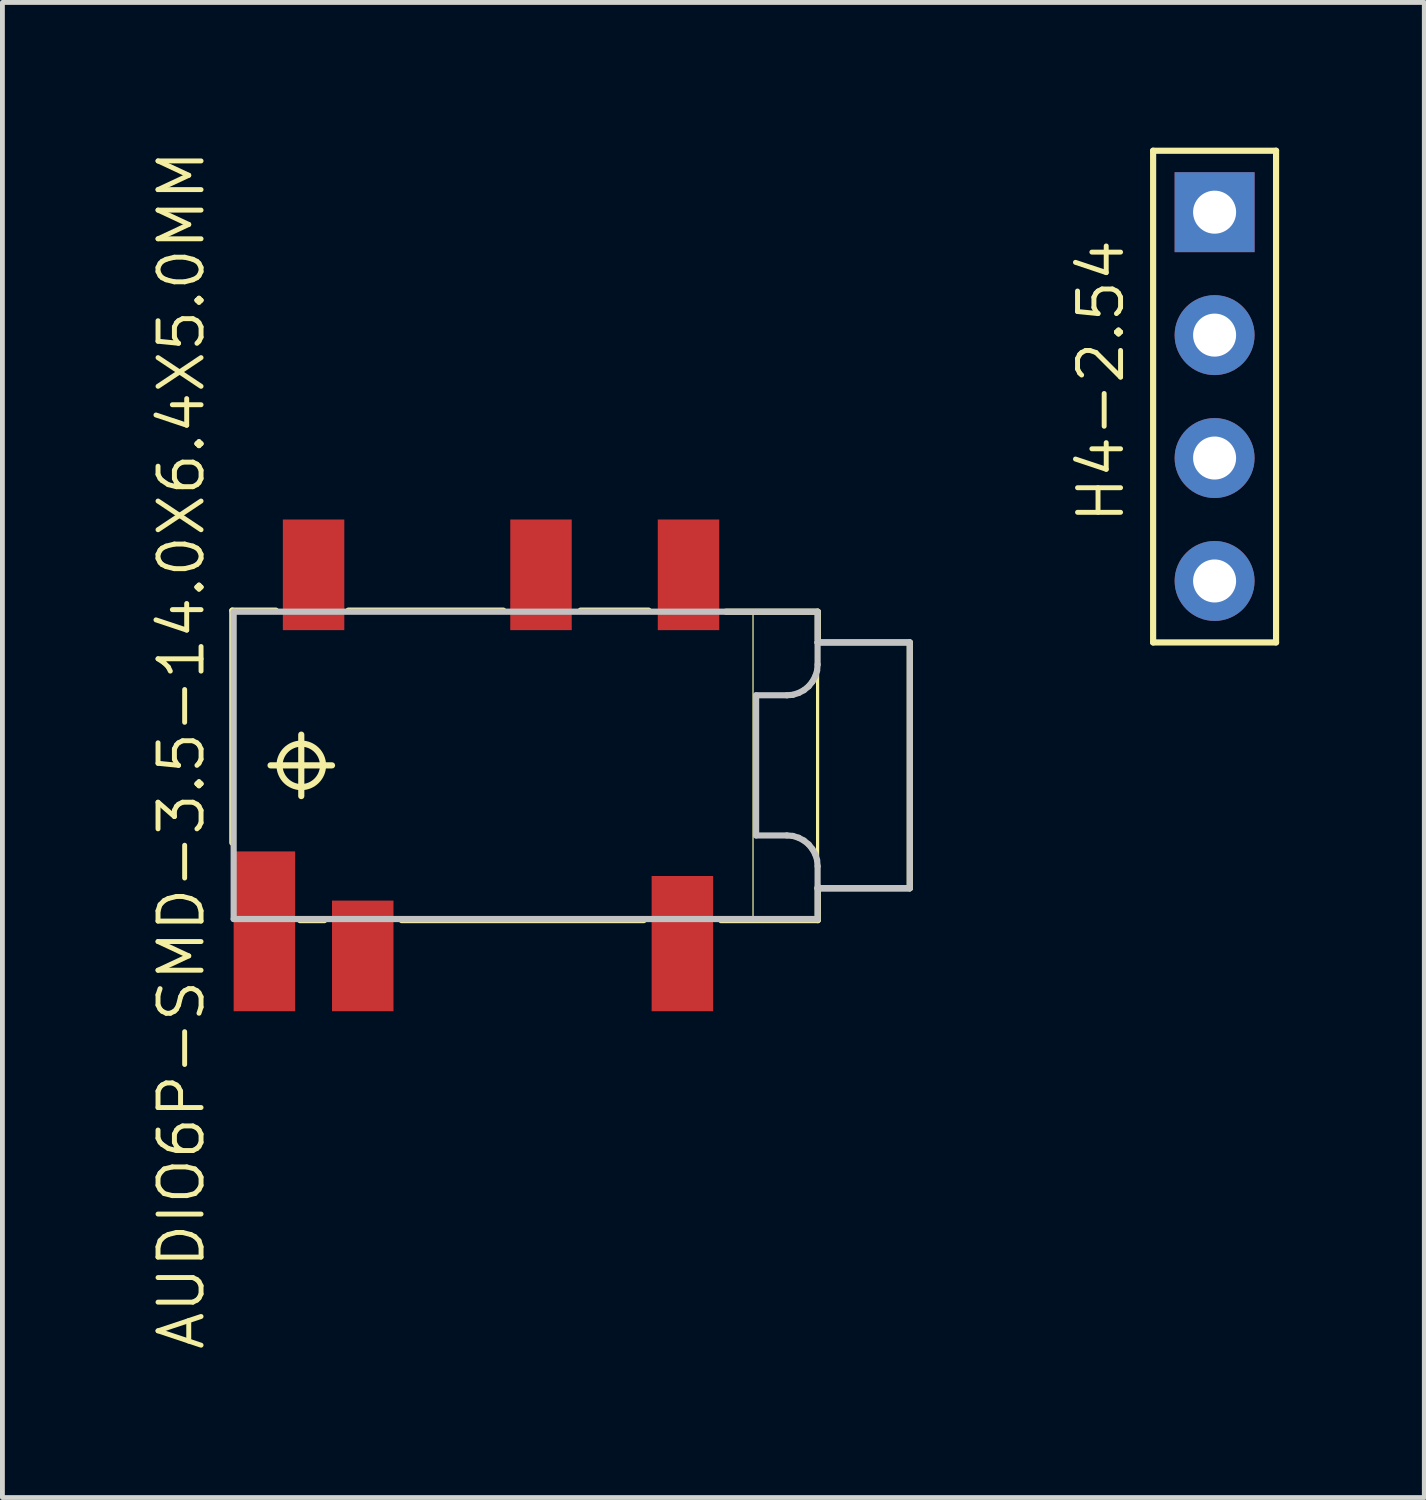
<source format=kicad_pcb>
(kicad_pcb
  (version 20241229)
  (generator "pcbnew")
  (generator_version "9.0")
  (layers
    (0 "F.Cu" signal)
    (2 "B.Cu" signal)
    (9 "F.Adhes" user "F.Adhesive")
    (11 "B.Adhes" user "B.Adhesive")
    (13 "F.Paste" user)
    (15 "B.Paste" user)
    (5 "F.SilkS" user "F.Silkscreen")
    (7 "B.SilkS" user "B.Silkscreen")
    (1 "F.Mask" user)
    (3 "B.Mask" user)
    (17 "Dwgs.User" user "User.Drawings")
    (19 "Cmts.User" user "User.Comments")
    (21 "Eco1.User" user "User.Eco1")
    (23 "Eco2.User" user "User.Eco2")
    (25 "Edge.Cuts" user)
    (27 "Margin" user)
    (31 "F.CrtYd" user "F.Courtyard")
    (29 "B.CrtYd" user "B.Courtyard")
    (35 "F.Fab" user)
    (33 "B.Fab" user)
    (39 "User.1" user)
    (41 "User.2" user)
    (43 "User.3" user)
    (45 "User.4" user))
  (footprint "H4-2.54"
    (layer "F.Cu")
    (at 22.046 5.144)
    (property "Reference" "H4-2.54" (at -2.349 -0.318 90) (layer "F.SilkS") (effects (font (size 0.889 0.889) (thickness 0.102))))
    (attr exclude_from_pos_files exclude_from_bom)
    (fp_line (start -1.27 -5.08) (end 1.27 -5.08) (stroke (width 0.066) (type solid)) (layer "F.SilkS"))
    (fp_line (start -1.27 -5.08) (end 1.27 -5.08) (stroke (width 0.1) (type solid)) (layer "F.SilkS"))
    (fp_line (start -1.27 -5.08) (end 1.27 -5.08) (stroke (width 0.127) (type solid)) (layer "F.SilkS"))
    (fp_line (start -1.27 5.08) (end -1.27 -5.08) (stroke (width 0.066) (type solid)) (layer "F.SilkS"))
    (fp_line (start -1.27 5.08) (end -1.27 -5.08) (stroke (width 0.1) (type solid)) (layer "F.SilkS"))
    (fp_line (start -1.27 5.08) (end -1.27 -5.08) (stroke (width 0.127) (type solid)) (layer "F.SilkS"))
    (fp_line (start -1.27 5.08) (end 1.27 5.08) (stroke (width 0.066) (type solid)) (layer "F.SilkS"))
    (fp_line (start 1.27 -5.08) (end 1.27 5.08) (stroke (width 0.1) (type solid)) (layer "F.SilkS"))
    (fp_line (start 1.27 -5.08) (end 1.27 5.08) (stroke (width 0.127) (type solid)) (layer "F.SilkS"))
    (fp_line (start 1.27 5.08) (end -1.27 5.08) (stroke (width 0.1) (type solid)) (layer "F.SilkS"))
    (fp_line (start 1.27 5.08) (end -1.27 5.08) (stroke (width 0.127) (type solid)) (layer "F.SilkS"))
    (fp_line (start 1.27 5.08) (end 1.27 -5.08) (stroke (width 0.066) (type solid)) (layer "F.SilkS"))
    (pad "1" thru_hole rect (at 0 -3.81) (size 1.651 1.651) (drill 0.889) (layers "*.Cu" "*.Paste" "*.Mask"))
    (pad "2" thru_hole circle (at 0 -1.27) (size 1.651 1.651) (drill 0.889) (layers "*.Cu" "*.Paste" "*.Mask"))
    (pad "3" thru_hole circle (at 0 1.27) (size 1.651 1.651) (drill 0.889) (layers "*.Cu" "*.Paste" "*.Mask"))
    (pad "4" thru_hole circle (at 0 3.81) (size 1.651 1.651) (drill 0.889) (layers "*.Cu" "*.Paste" "*.Mask")))
  (footprint "AUDIO6P-SMD-3.5-14.0X6.4X5.0MM"
    (layer "F.Cu")
    (at 15.748 12.764)
    (property "Reference" "AUDIO6P-SMD-3.5-14.0X6.4X5.0MM" (at -15.05 -0.318 90) (layer "F.SilkS") (effects (font (size 0.889 0.889) (thickness 0.102))))
    (attr smd)
    (fp_line (start -13.998 -3.198) (end -13.998 1.598) (stroke (width 0.127) (type solid)) (layer "F.SilkS"))
    (fp_line (start -13.97 -3.175) (end -1.905 -3.175) (stroke (width 0.066) (type solid)) (layer "F.SilkS"))
    (fp_line (start -13.97 3.175) (end -13.97 -3.175) (stroke (width 0.066) (type solid)) (layer "F.SilkS"))
    (fp_line (start -13.97 3.175) (end -1.905 3.175) (stroke (width 0.066) (type solid)) (layer "F.SilkS"))
    (fp_line (start -13.208 0) (end -11.938 0) (stroke (width 0.127) (type solid)) (layer "F.SilkS"))
    (fp_line (start -13.099 -3.198) (end -13.998 -3.198) (stroke (width 0.127) (type solid)) (layer "F.SilkS"))
    (fp_line (start -12.598 3.198) (end -12.098 3.198) (stroke (width 0.127) (type solid)) (layer "F.SilkS"))
    (fp_line (start -12.573 0.635) (end -12.573 -0.635) (stroke (width 0.127) (type solid)) (layer "F.SilkS"))
    (fp_line (start -10.498 3.198) (end -5.499 3.198) (stroke (width 0.127) (type solid)) (layer "F.SilkS"))
    (fp_line (start -8.4 -3.198) (end -11.598 -3.198) (stroke (width 0.127) (type solid)) (layer "F.SilkS"))
    (fp_line (start -5.397 -3.198) (end -6.8 -3.198) (stroke (width 0.127) (type solid)) (layer "F.SilkS"))
    (fp_line (start -3.899 3.198) (end -1.9 3.198) (stroke (width 0.127) (type solid)) (layer "F.SilkS"))
    (fp_line (start -3.239 3.175) (end -3.239 -3.175) (stroke (width 0.025) (type solid)) (layer "F.SilkS"))
    (fp_line (start -1.905 2.54) (end 0 2.54) (stroke (width 0.127) (type solid)) (layer "F.SilkS"))
    (fp_line (start -1.905 3.175) (end -1.905 -3.175) (stroke (width 0.066) (type solid)) (layer "F.SilkS"))
    (fp_line (start -1.9 -3.175) (end -3.8 -3.175) (stroke (width 0.127) (type solid)) (layer "F.SilkS"))
    (fp_line (start -1.9 -2.598) (end -1.9 -3.175) (stroke (width 0.127) (type solid)) (layer "F.SilkS"))
    (fp_line (start -1.9 3.198) (end -1.9 2.499) (stroke (width 0.127) (type solid)) (layer "F.SilkS"))
    (fp_line (start 0 -2.54) (end -1.905 -2.54) (stroke (width 0.127) (type solid)) (layer "F.SilkS"))
    (fp_line (start 0 2.54) (end 0 -2.54) (stroke (width 0.127) (type solid)) (layer "F.SilkS"))
    (fp_circle (center -12.573 0) (end -12.89 0.318) (stroke (width 0.127) (type solid)) (fill no) (layer "F.SilkS"))
    (fp_line (start -13.97 -3.175) (end -13.97 3.175) (stroke (width 0.127) (type solid)) (layer "Dwgs.User"))
    (fp_line (start -13.97 3.175) (end -1.905 3.175) (stroke (width 0.127) (type solid)) (layer "Dwgs.User"))
    (fp_line (start -3.175 -1.448) (end -2.54 -1.448) (stroke (width 0.127) (type solid)) (layer "Dwgs.User"))
    (fp_line (start -3.175 1.448) (end -3.175 -1.448) (stroke (width 0.127) (type solid)) (layer "Dwgs.User"))
    (fp_line (start -2.54 -1.448) (end -2.416 -1.458) (stroke (width 0.127) (type solid)) (layer "Dwgs.User"))
    (fp_line (start -2.54 1.448) (end -3.175 1.448) (stroke (width 0.127) (type solid)) (layer "Dwgs.User"))
    (fp_line (start -2.416 -1.458) (end -2.296 -1.496) (stroke (width 0.127) (type solid)) (layer "Dwgs.User"))
    (fp_line (start -2.416 1.458) (end -2.54 1.448) (stroke (width 0.127) (type solid)) (layer "Dwgs.User"))
    (fp_line (start -2.296 -1.496) (end -2.187 -1.554) (stroke (width 0.127) (type solid)) (layer "Dwgs.User"))
    (fp_line (start -2.296 1.496) (end -2.416 1.458) (stroke (width 0.127) (type solid)) (layer "Dwgs.User"))
    (fp_line (start -2.187 -1.554) (end -2.09 -1.633) (stroke (width 0.127) (type solid)) (layer "Dwgs.User"))
    (fp_line (start -2.187 1.554) (end -2.296 1.496) (stroke (width 0.127) (type solid)) (layer "Dwgs.User"))
    (fp_line (start -2.09 -1.633) (end -2.012 -1.73) (stroke (width 0.127) (type solid)) (layer "Dwgs.User"))
    (fp_line (start -2.09 1.633) (end -2.187 1.554) (stroke (width 0.127) (type solid)) (layer "Dwgs.User"))
    (fp_line (start -2.012 -1.73) (end -1.953 -1.839) (stroke (width 0.127) (type solid)) (layer "Dwgs.User"))
    (fp_line (start -2.012 1.73) (end -2.09 1.633) (stroke (width 0.127) (type solid)) (layer "Dwgs.User"))
    (fp_line (start -1.953 -1.839) (end -1.915 -1.958) (stroke (width 0.127) (type solid)) (layer "Dwgs.User"))
    (fp_line (start -1.953 1.839) (end -2.012 1.73) (stroke (width 0.127) (type solid)) (layer "Dwgs.User"))
    (fp_line (start -1.915 -1.958) (end -1.905 -2.083) (stroke (width 0.127) (type solid)) (layer "Dwgs.User"))
    (fp_line (start -1.915 1.958) (end -1.953 1.839) (stroke (width 0.127) (type solid)) (layer "Dwgs.User"))
    (fp_line (start -1.905 -3.175) (end -13.97 -3.175) (stroke (width 0.127) (type solid)) (layer "Dwgs.User"))
    (fp_line (start -1.905 -2.54) (end -1.905 -3.175) (stroke (width 0.127) (type solid)) (layer "Dwgs.User"))
    (fp_line (start -1.905 -2.54) (end 0 -2.54) (stroke (width 0.127) (type solid)) (layer "Dwgs.User"))
    (fp_line (start -1.905 -2.083) (end -1.905 -2.54) (stroke (width 0.127) (type solid)) (layer "Dwgs.User"))
    (fp_line (start -1.905 2.083) (end -1.915 1.958) (stroke (width 0.127) (type solid)) (layer "Dwgs.User"))
    (fp_line (start -1.905 2.54) (end -1.905 2.083) (stroke (width 0.127) (type solid)) (layer "Dwgs.User"))
    (fp_line (start -1.905 3.175) (end -1.905 2.54) (stroke (width 0.127) (type solid)) (layer "Dwgs.User"))
    (fp_line (start 0 -2.54) (end 0 2.54) (stroke (width 0.127) (type solid)) (layer "Dwgs.User"))
    (fp_line (start 0 2.54) (end -1.905 2.54) (stroke (width 0.127) (type solid)) (layer "Dwgs.User"))
    (pad "COM1" smd rect (at -4.572 -3.937 90) (size 2.286 1.27) (layers "F.Cu" "F.Mask" "F.Paste"))
    (pad "COM2" smd rect (at -4.699 3.683 90) (size 2.794 1.27) (layers "F.Cu" "F.Mask" "F.Paste"))
    (pad "L" smd rect (at -11.303 3.937 90) (size 2.286 1.27) (layers "F.Cu" "F.Mask" "F.Paste"))
    (pad "LS" smd rect (at -13.335 3.429 90) (size 3.302 1.27) (layers "F.Cu" "F.Mask" "F.Paste"))
    (pad "R" smd rect (at -7.62 -3.937 90) (size 2.286 1.27) (layers "F.Cu" "F.Mask" "F.Paste"))
    (pad "RS" smd rect (at -12.319 -3.937 90) (size 2.286 1.27) (layers "F.Cu" "F.Mask" "F.Paste")))
  (gr_rect
    (start -3 -3)
    (end 26.379 27.892)
    (stroke (width 0.1) (type default))
    (fill no)
    (layer "Edge.Cuts")))
</source>
